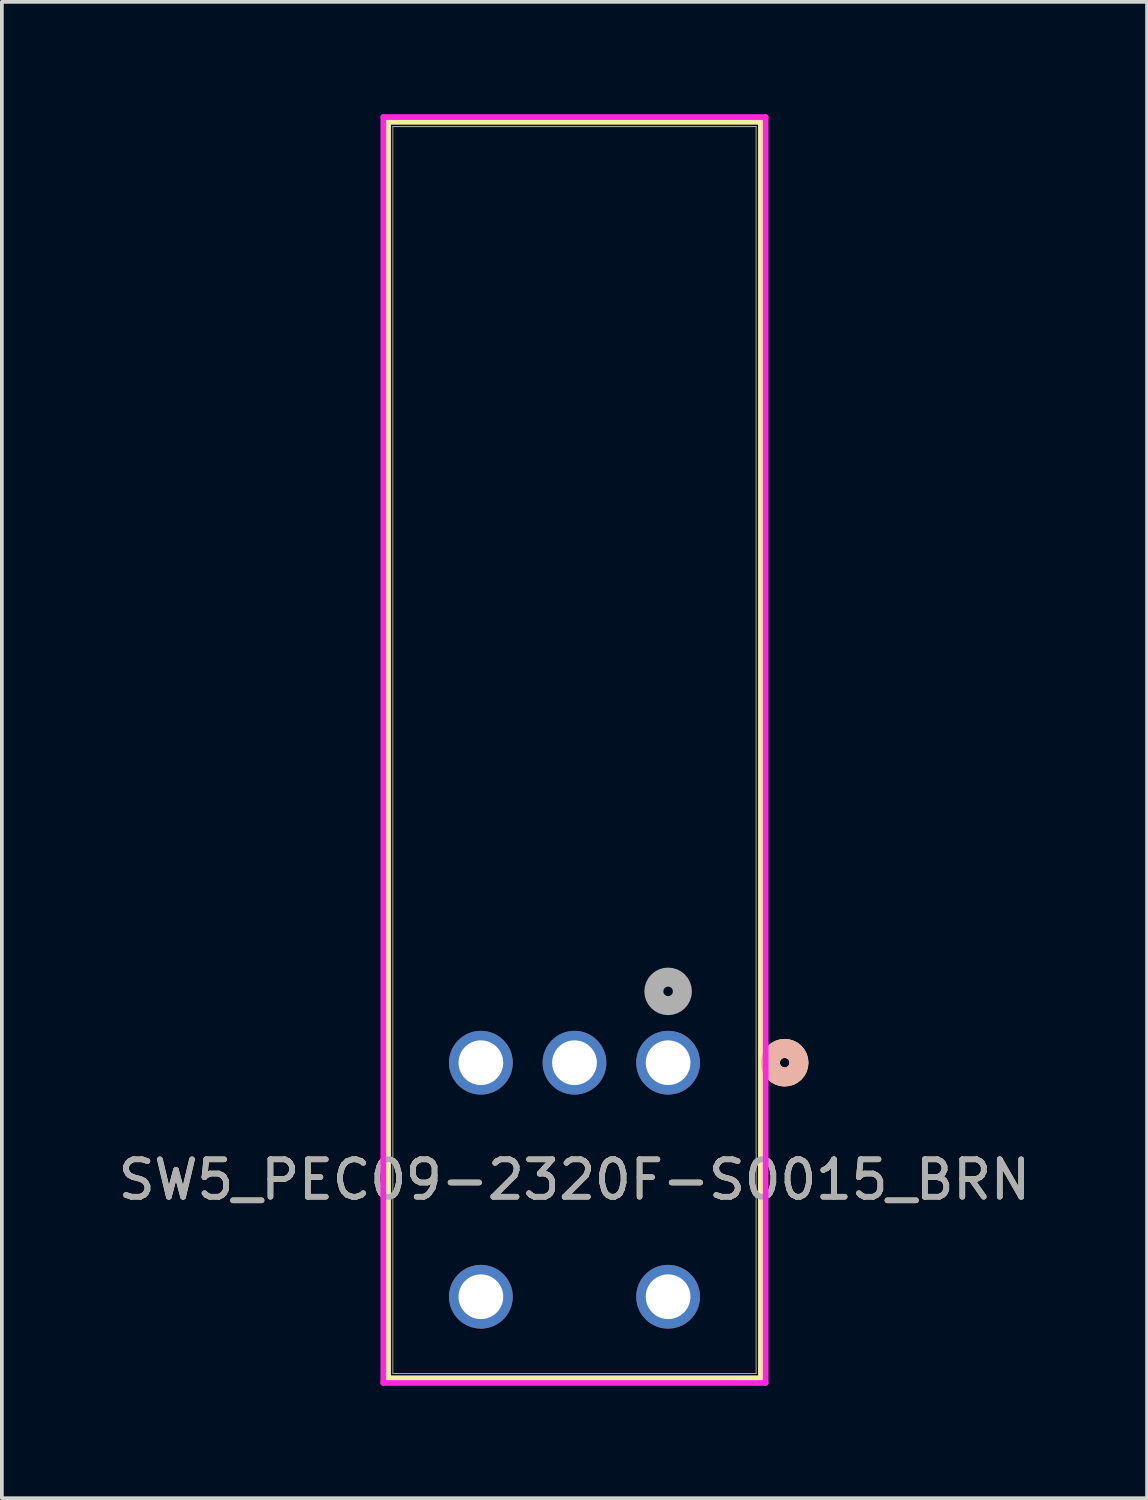
<source format=kicad_pcb>
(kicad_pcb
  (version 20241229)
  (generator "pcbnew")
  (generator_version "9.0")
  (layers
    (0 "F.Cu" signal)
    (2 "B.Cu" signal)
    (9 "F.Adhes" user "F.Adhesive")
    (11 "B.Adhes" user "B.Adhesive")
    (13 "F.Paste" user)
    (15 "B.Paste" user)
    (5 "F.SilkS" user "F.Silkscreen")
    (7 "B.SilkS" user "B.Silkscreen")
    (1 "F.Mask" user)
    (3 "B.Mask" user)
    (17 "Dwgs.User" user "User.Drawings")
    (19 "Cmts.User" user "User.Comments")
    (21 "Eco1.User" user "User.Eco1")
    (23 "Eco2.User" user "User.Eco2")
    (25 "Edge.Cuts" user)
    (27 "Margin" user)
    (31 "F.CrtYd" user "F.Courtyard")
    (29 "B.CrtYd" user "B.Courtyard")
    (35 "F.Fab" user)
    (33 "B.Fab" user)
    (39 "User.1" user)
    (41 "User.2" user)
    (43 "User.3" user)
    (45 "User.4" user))
  (footprint "SW5_PEC09-2320F-S0015_BRN"
    (layer "F.Cu")
    (at 14.792 25.33)
    (property "Reference" "SW5_PEC09-2320F-S0015_BRN" (at -2.5 3.125 0) (unlocked yes) (layer "F.SilkS") (effects (font (size 1 1) (thickness 0.15))))
    (attr through_hole)
    (fp_line (start -7.478 -25.127) (end -7.478 8.426) (stroke (width 0.152) (type solid)) (layer "F.SilkS"))
    (fp_line (start -7.478 8.426) (end 2.478 8.426) (stroke (width 0.152) (type solid)) (layer "F.SilkS"))
    (fp_line (start 2.478 -25.127) (end -7.478 -25.127) (stroke (width 0.152) (type solid)) (layer "F.SilkS"))
    (fp_line (start 2.478 8.426) (end 2.478 -25.127) (stroke (width 0.152) (type solid)) (layer "F.SilkS"))
    (fp_circle (center 3.113 0) (end 3.494 0) (stroke (width 0.508) (type solid)) (fill no) (layer "F.SilkS"))
    (fp_circle (center 3.113 0) (end 3.494 0) (stroke (width 0.508) (type solid)) (fill no) (layer "B.SilkS"))
    (fp_line (start -7.605 -25.254) (end -7.605 8.553) (stroke (width 0.152) (type solid)) (layer "F.CrtYd"))
    (fp_line (start -7.605 8.553) (end 2.605 8.553) (stroke (width 0.152) (type solid)) (layer "F.CrtYd"))
    (fp_line (start 2.605 -25.254) (end -7.605 -25.254) (stroke (width 0.152) (type solid)) (layer "F.CrtYd"))
    (fp_line (start 2.605 8.553) (end 2.605 -25.254) (stroke (width 0.152) (type solid)) (layer "F.CrtYd"))
    (fp_line (start -7.351 -25) (end -7.351 8.299) (stroke (width 0.025) (type solid)) (layer "F.Fab"))
    (fp_line (start -7.351 8.299) (end 2.351 8.299) (stroke (width 0.025) (type solid)) (layer "F.Fab"))
    (fp_line (start 2.351 -25) (end -7.351 -25) (stroke (width 0.025) (type solid)) (layer "F.Fab"))
    (fp_line (start 2.351 8.299) (end 2.351 -25) (stroke (width 0.025) (type solid)) (layer "F.Fab"))
    (fp_circle (center 0 -1.905) (end 0.381 -1.905) (stroke (width 0.508) (type solid)) (fill no) (layer "F.Fab"))
    (fp_text user "${REFERENCE}" (at -2.5 3.125 0) (unlocked yes) (layer "F.Fab") (effects (font (size 1 1) (thickness 0.15))))
    (pad "1" thru_hole circle (at 0 0) (size 1.702 1.702) (drill 1.194) (layers "*.Cu" "*.Mask"))
    (pad "2" thru_hole circle (at -5 0) (size 1.702 1.702) (drill 1.194) (layers "*.Cu" "*.Mask"))
    (pad "3" thru_hole circle (at -2.5 0) (size 1.702 1.702) (drill 1.194) (layers "*.Cu" "*.Mask"))
    (pad "4" thru_hole circle (at 0 6.25) (size 1.702 1.702) (drill 1.194) (layers "*.Cu" "*.Mask"))
    (pad "5" thru_hole circle (at -5 6.25) (size 1.702 1.702) (drill 1.194) (layers "*.Cu" "*.Mask")))
  (gr_rect
    (start -3 -3)
    (end 27.583 36.96)
    (stroke (width 0.1) (type default))
    (fill no)
    (layer "Edge.Cuts")))
</source>
